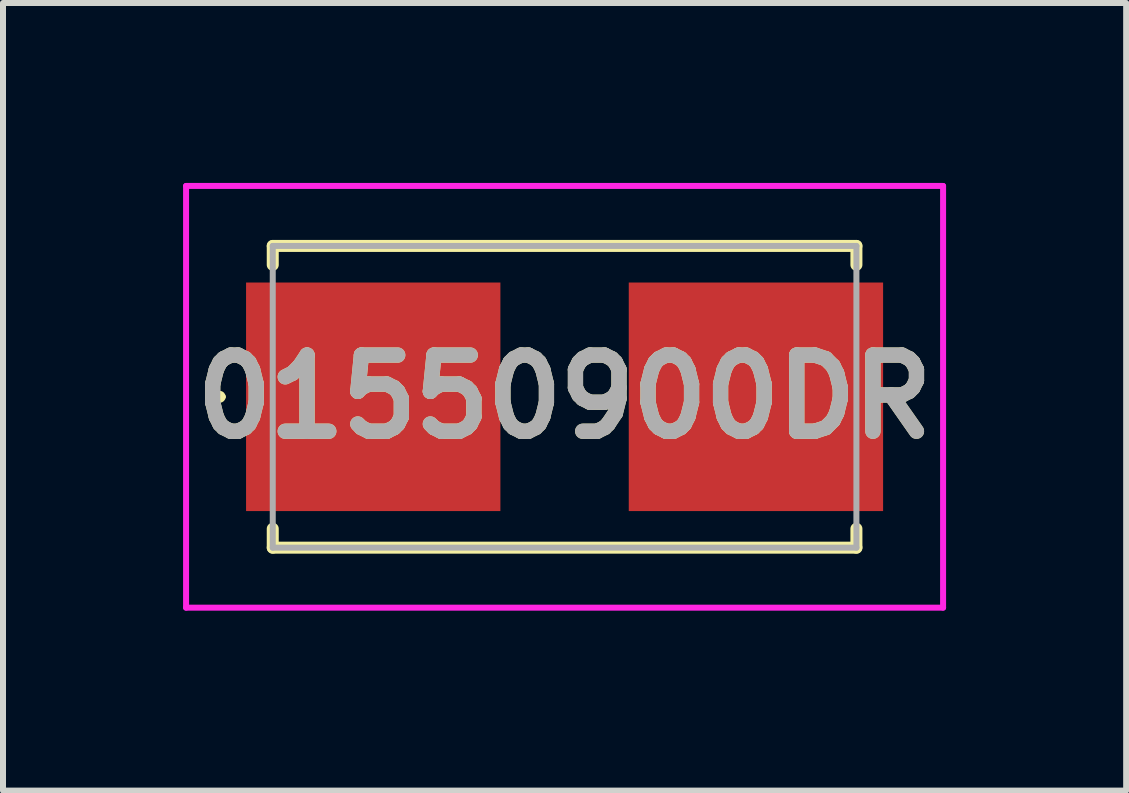
<source format=kicad_pcb>
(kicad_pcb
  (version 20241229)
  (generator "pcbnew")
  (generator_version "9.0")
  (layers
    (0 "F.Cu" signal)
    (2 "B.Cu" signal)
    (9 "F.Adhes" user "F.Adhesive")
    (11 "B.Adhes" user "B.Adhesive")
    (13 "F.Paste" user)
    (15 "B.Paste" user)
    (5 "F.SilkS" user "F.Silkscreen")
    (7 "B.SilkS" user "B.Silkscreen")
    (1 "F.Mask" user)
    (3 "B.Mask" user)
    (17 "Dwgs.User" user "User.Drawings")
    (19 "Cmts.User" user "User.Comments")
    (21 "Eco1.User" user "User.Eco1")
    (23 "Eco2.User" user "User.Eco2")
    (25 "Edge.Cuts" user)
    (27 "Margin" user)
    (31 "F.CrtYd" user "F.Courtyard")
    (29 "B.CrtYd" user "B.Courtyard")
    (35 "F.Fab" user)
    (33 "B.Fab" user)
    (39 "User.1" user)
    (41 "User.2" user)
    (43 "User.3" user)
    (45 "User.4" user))
  (footprint "01550900DR"
    (layer "F.Cu")
    (at 6.362 3.565)
    (property "Reference" "01550900DR" (at 0 0 0) (layer "F.SilkS") (effects (font (size 1.27 1.27) (thickness 0.254))))
    (attr smd)
    (fp_line (start -5.8 0) (end -5.8 0) (stroke (width 0.1) (type solid)) (layer "F.SilkS"))
    (fp_line (start -5.7 0) (end -5.7 0) (stroke (width 0.1) (type solid)) (layer "F.SilkS"))
    (fp_line (start -4.865 -2.515) (end 4.865 -2.515) (stroke (width 0.2) (type solid)) (layer "F.SilkS"))
    (fp_line (start -4.865 -2.2) (end -4.865 -2.515) (stroke (width 0.2) (type solid)) (layer "F.SilkS"))
    (fp_line (start -4.865 2.515) (end -4.865 2.2) (stroke (width 0.2) (type solid)) (layer "F.SilkS"))
    (fp_line (start 4.865 -2.515) (end 4.865 -2.2) (stroke (width 0.2) (type solid)) (layer "F.SilkS"))
    (fp_line (start 4.865 2.2) (end 4.865 2.515) (stroke (width 0.2) (type solid)) (layer "F.SilkS"))
    (fp_line (start 4.865 2.515) (end -4.865 2.515) (stroke (width 0.2) (type solid)) (layer "F.SilkS"))
    (fp_arc (start -5.8 0) (mid -5.75 -0.05) (end -5.7 0) (stroke (width 0.1) (type solid)) (layer "F.SilkS"))
    (fp_arc (start -5.7 0) (mid -5.75 0.05) (end -5.8 0) (stroke (width 0.1) (type solid)) (layer "F.SilkS"))
    (fp_line (start -6.31 -3.515) (end 6.31 -3.515) (stroke (width 0.1) (type solid)) (layer "F.CrtYd"))
    (fp_line (start -6.31 3.515) (end -6.31 -3.515) (stroke (width 0.1) (type solid)) (layer "F.CrtYd"))
    (fp_line (start 6.31 -3.515) (end 6.31 3.515) (stroke (width 0.1) (type solid)) (layer "F.CrtYd"))
    (fp_line (start 6.31 3.515) (end -6.31 3.515) (stroke (width 0.1) (type solid)) (layer "F.CrtYd"))
    (fp_line (start -4.865 -2.515) (end 4.865 -2.515) (stroke (width 0.1) (type solid)) (layer "F.Fab"))
    (fp_line (start -4.865 2.515) (end -4.865 -2.515) (stroke (width 0.1) (type solid)) (layer "F.Fab"))
    (fp_line (start 4.865 -2.515) (end 4.865 2.515) (stroke (width 0.1) (type solid)) (layer "F.Fab"))
    (fp_line (start 4.865 2.515) (end -4.865 2.515) (stroke (width 0.1) (type solid)) (layer "F.Fab"))
    (fp_text user "${REFERENCE}" (at 0 0 0) (layer "F.Fab") (effects (font (size 1.27 1.27) (thickness 0.254))))
    (pad "1" smd rect (at -3.19 0 90) (size 3.81 4.24) (layers "F.Cu" "F.Mask" "F.Paste"))
    (pad "2" smd rect (at 3.19 0 90) (size 3.81 4.24) (layers "F.Cu" "F.Mask" "F.Paste")))
  (gr_rect
    (start -3 -3)
    (end 15.724 10.13)
    (stroke (width 0.1) (type default))
    (fill no)
    (layer "Edge.Cuts")))
</source>
